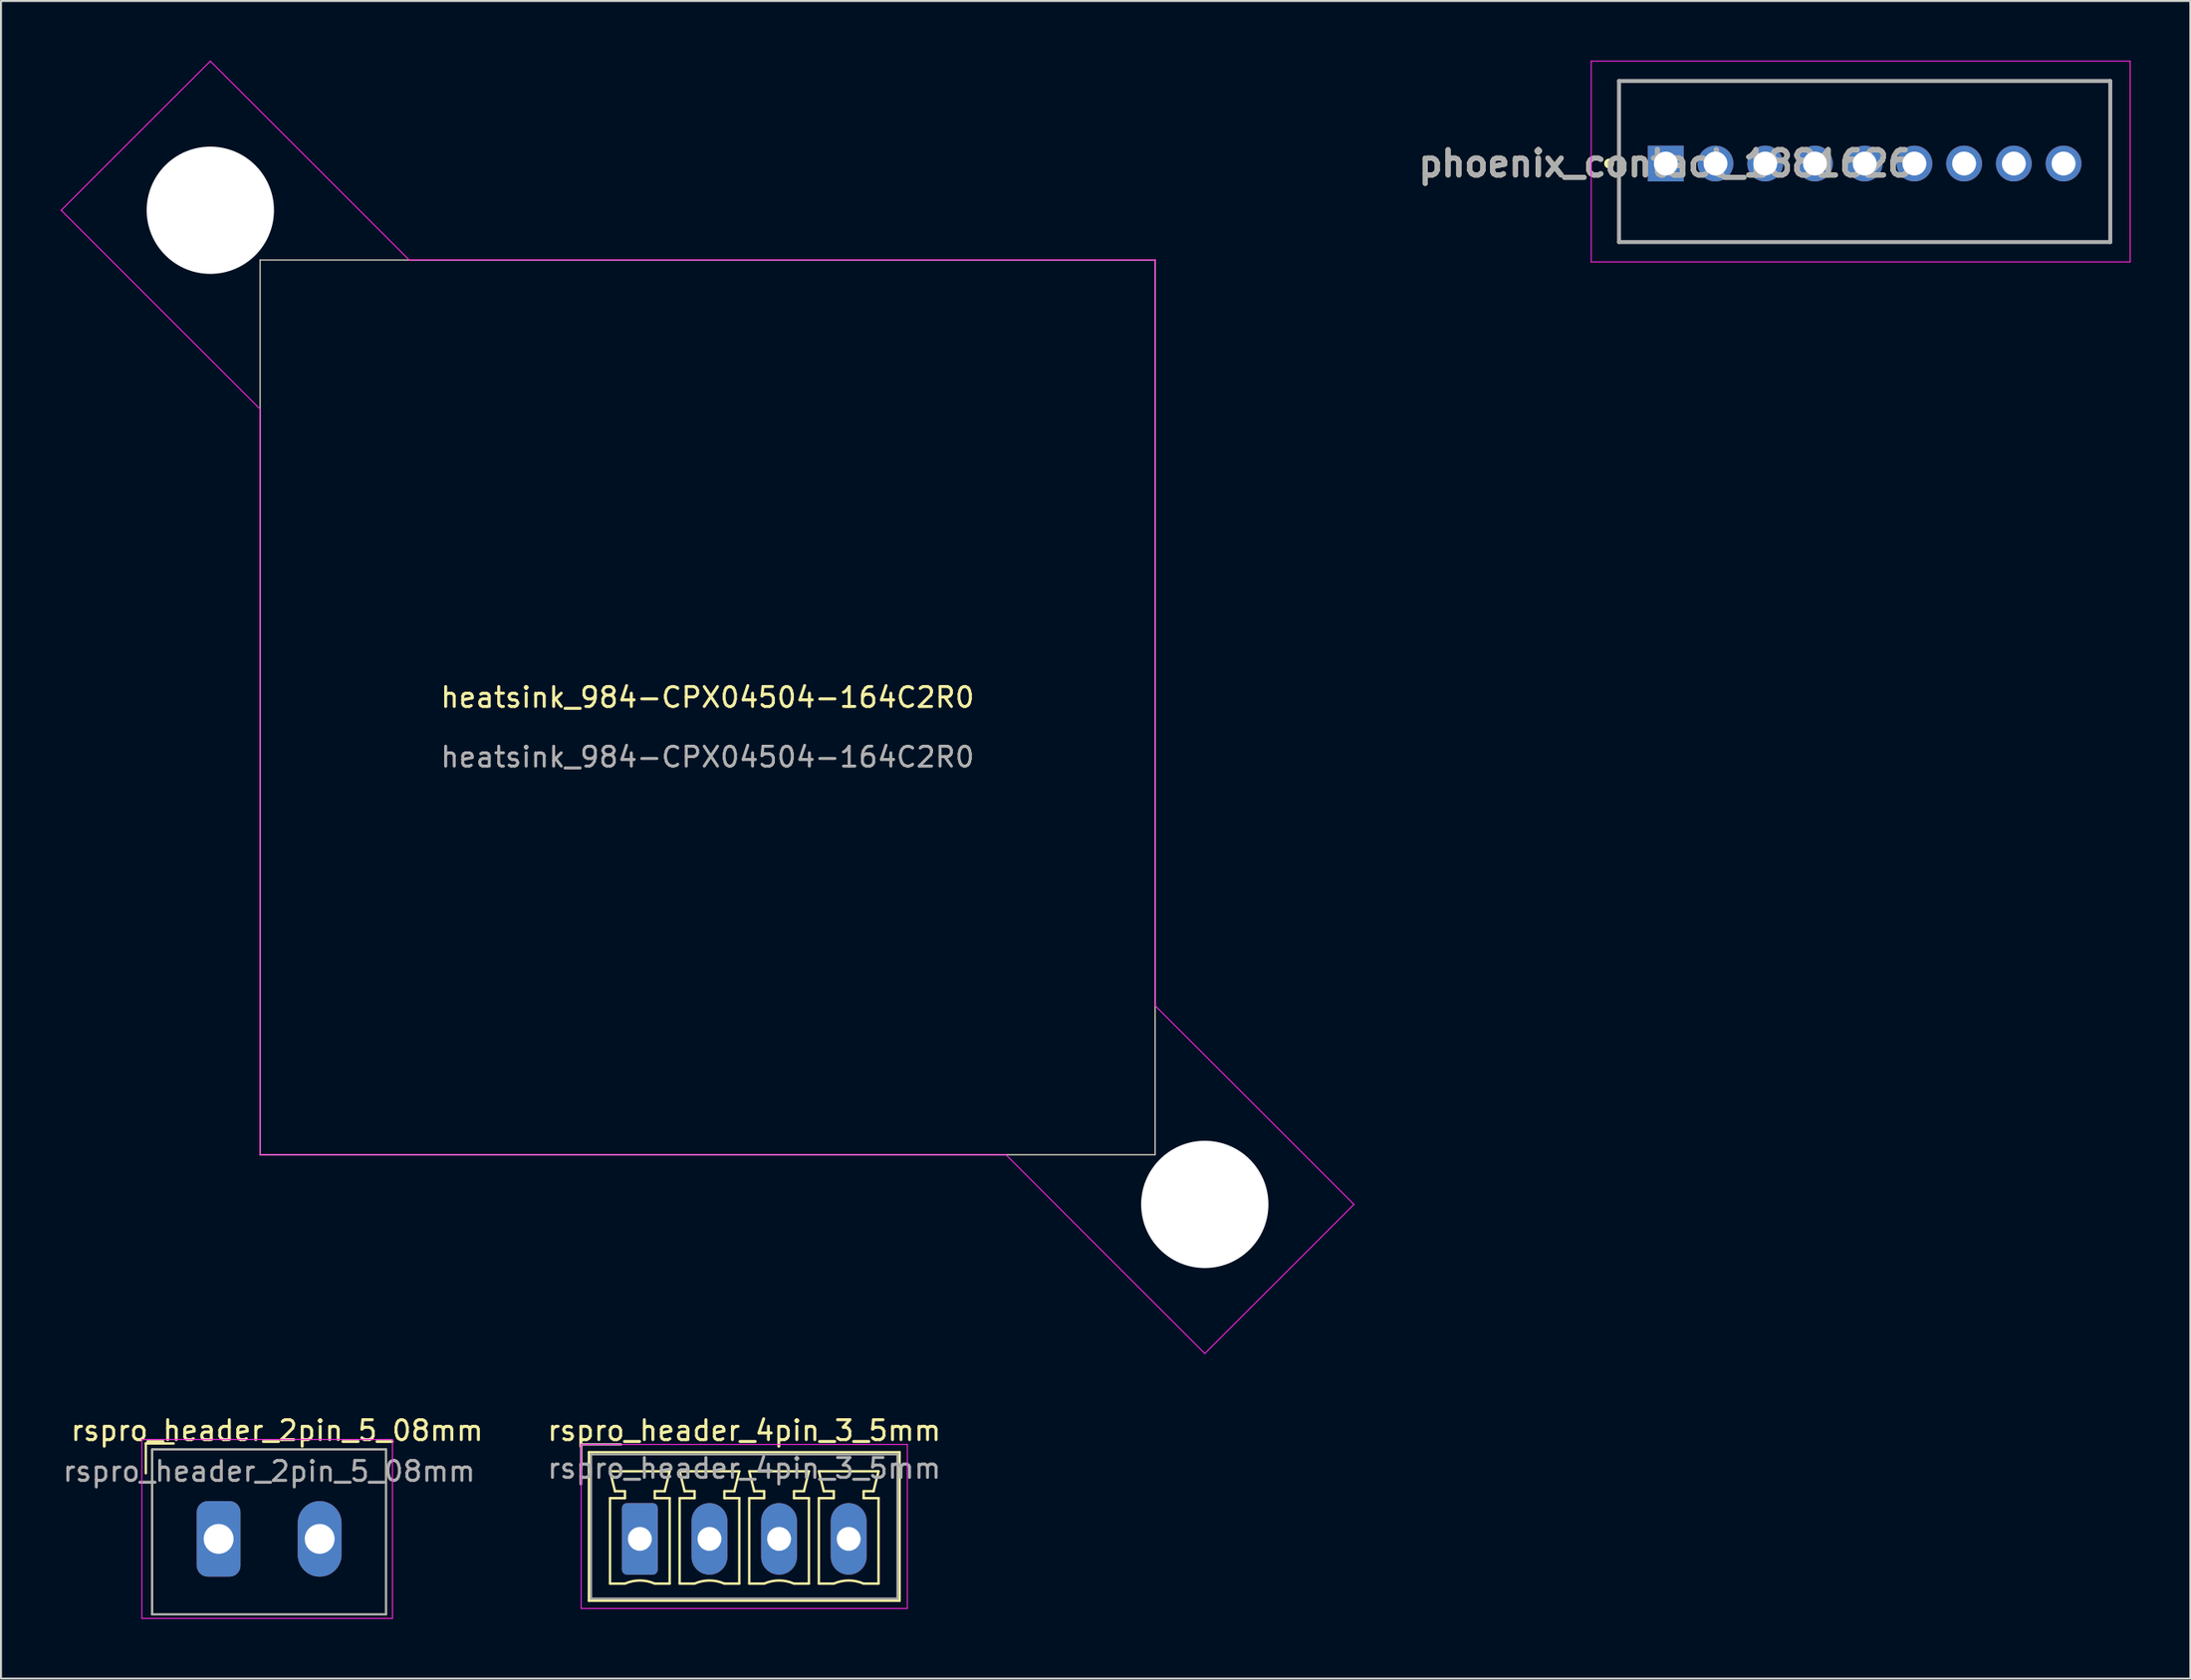
<source format=kicad_pcb>
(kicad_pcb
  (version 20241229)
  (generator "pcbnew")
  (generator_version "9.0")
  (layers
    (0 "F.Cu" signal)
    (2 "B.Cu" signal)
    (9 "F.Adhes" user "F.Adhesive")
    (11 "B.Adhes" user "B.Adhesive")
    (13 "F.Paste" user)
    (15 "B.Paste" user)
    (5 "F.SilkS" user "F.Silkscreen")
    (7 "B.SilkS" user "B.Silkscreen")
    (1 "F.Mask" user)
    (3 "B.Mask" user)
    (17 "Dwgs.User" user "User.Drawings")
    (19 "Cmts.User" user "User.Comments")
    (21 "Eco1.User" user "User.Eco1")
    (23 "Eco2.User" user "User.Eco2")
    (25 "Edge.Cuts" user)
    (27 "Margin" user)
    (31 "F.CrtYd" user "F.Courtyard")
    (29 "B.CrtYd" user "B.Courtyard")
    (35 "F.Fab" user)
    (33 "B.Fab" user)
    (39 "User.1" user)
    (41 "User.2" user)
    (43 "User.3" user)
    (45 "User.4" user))
  (footprint "rspro_header_4pin_3_5mm"
    (layer "F.Cu")
    (at 29.12 74.348)
    (property "Reference" "rspro_header_4pin_3_5mm" (at 5.25 -5.45 0) (layer "F.SilkS") (effects (font (size 1 1) (thickness 0.15))))
    (attr through_hole)
    (fp_line (start -2.95 -4.75) (end -0.95 -4.75) (stroke (width 0.12) (type solid)) (layer "F.SilkS"))
    (fp_line (start -2.95 -3.5) (end -2.95 -4.75) (stroke (width 0.12) (type solid)) (layer "F.SilkS"))
    (fp_line (start -2.56 -4.36) (end -2.56 3.11) (stroke (width 0.12) (type solid)) (layer "F.SilkS"))
    (fp_line (start -2.56 3.11) (end 13.06 3.11) (stroke (width 0.12) (type solid)) (layer "F.SilkS"))
    (fp_line (start -1.5 -3.4) (end 1.5 -3.4) (stroke (width 0.12) (type solid)) (layer "F.SilkS"))
    (fp_line (start -1.5 -2.05) (end -0.75 -2.05) (stroke (width 0.12) (type solid)) (layer "F.SilkS"))
    (fp_line (start -1.5 2.25) (end -1.5 -2.05) (stroke (width 0.12) (type solid)) (layer "F.SilkS"))
    (fp_line (start -1.25 -2.4) (end -1.5 -3.4) (stroke (width 0.12) (type solid)) (layer "F.SilkS"))
    (fp_line (start -0.75 -2.4) (end -1.25 -2.4) (stroke (width 0.12) (type solid)) (layer "F.SilkS"))
    (fp_line (start -0.75 -2.05) (end -0.75 -2.4) (stroke (width 0.12) (type solid)) (layer "F.SilkS"))
    (fp_line (start -0.75 2.25) (end -1.5 2.25) (stroke (width 0.12) (type solid)) (layer "F.SilkS"))
    (fp_line (start 0.75 -2.4) (end 0.75 -2.05) (stroke (width 0.12) (type solid)) (layer "F.SilkS"))
    (fp_line (start 0.75 -2.05) (end 1.5 -2.05) (stroke (width 0.12) (type solid)) (layer "F.SilkS"))
    (fp_line (start 1.25 -2.4) (end 0.75 -2.4) (stroke (width 0.12) (type solid)) (layer "F.SilkS"))
    (fp_line (start 1.5 -3.4) (end 1.25 -2.4) (stroke (width 0.12) (type solid)) (layer "F.SilkS"))
    (fp_line (start 1.5 -2.05) (end 1.5 2.25) (stroke (width 0.12) (type solid)) (layer "F.SilkS"))
    (fp_line (start 1.5 2.25) (end 0.75 2.25) (stroke (width 0.12) (type solid)) (layer "F.SilkS"))
    (fp_line (start 2 -3.4) (end 5 -3.4) (stroke (width 0.12) (type solid)) (layer "F.SilkS"))
    (fp_line (start 2 -2.05) (end 2.75 -2.05) (stroke (width 0.12) (type solid)) (layer "F.SilkS"))
    (fp_line (start 2 2.25) (end 2 -2.05) (stroke (width 0.12) (type solid)) (layer "F.SilkS"))
    (fp_line (start 2.25 -2.4) (end 2 -3.4) (stroke (width 0.12) (type solid)) (layer "F.SilkS"))
    (fp_line (start 2.75 -2.4) (end 2.25 -2.4) (stroke (width 0.12) (type solid)) (layer "F.SilkS"))
    (fp_line (start 2.75 -2.05) (end 2.75 -2.4) (stroke (width 0.12) (type solid)) (layer "F.SilkS"))
    (fp_line (start 2.75 2.25) (end 2 2.25) (stroke (width 0.12) (type solid)) (layer "F.SilkS"))
    (fp_line (start 4.25 -2.4) (end 4.25 -2.05) (stroke (width 0.12) (type solid)) (layer "F.SilkS"))
    (fp_line (start 4.25 -2.05) (end 5 -2.05) (stroke (width 0.12) (type solid)) (layer "F.SilkS"))
    (fp_line (start 4.75 -2.4) (end 4.25 -2.4) (stroke (width 0.12) (type solid)) (layer "F.SilkS"))
    (fp_line (start 5 -3.4) (end 4.75 -2.4) (stroke (width 0.12) (type solid)) (layer "F.SilkS"))
    (fp_line (start 5 -2.05) (end 5 2.25) (stroke (width 0.12) (type solid)) (layer "F.SilkS"))
    (fp_line (start 5 2.25) (end 4.25 2.25) (stroke (width 0.12) (type solid)) (layer "F.SilkS"))
    (fp_line (start 5.5 -3.4) (end 8.5 -3.4) (stroke (width 0.12) (type solid)) (layer "F.SilkS"))
    (fp_line (start 5.5 -2.05) (end 6.25 -2.05) (stroke (width 0.12) (type solid)) (layer "F.SilkS"))
    (fp_line (start 5.5 2.25) (end 5.5 -2.05) (stroke (width 0.12) (type solid)) (layer "F.SilkS"))
    (fp_line (start 5.75 -2.4) (end 5.5 -3.4) (stroke (width 0.12) (type solid)) (layer "F.SilkS"))
    (fp_line (start 6.25 -2.4) (end 5.75 -2.4) (stroke (width 0.12) (type solid)) (layer "F.SilkS"))
    (fp_line (start 6.25 -2.05) (end 6.25 -2.4) (stroke (width 0.12) (type solid)) (layer "F.SilkS"))
    (fp_line (start 6.25 2.25) (end 5.5 2.25) (stroke (width 0.12) (type solid)) (layer "F.SilkS"))
    (fp_line (start 7.75 -2.4) (end 7.75 -2.05) (stroke (width 0.12) (type solid)) (layer "F.SilkS"))
    (fp_line (start 7.75 -2.05) (end 8.5 -2.05) (stroke (width 0.12) (type solid)) (layer "F.SilkS"))
    (fp_line (start 8.25 -2.4) (end 7.75 -2.4) (stroke (width 0.12) (type solid)) (layer "F.SilkS"))
    (fp_line (start 8.5 -3.4) (end 8.25 -2.4) (stroke (width 0.12) (type solid)) (layer "F.SilkS"))
    (fp_line (start 8.5 -2.05) (end 8.5 2.25) (stroke (width 0.12) (type solid)) (layer "F.SilkS"))
    (fp_line (start 8.5 2.25) (end 7.75 2.25) (stroke (width 0.12) (type solid)) (layer "F.SilkS"))
    (fp_line (start 9 -3.4) (end 12 -3.4) (stroke (width 0.12) (type solid)) (layer "F.SilkS"))
    (fp_line (start 9 -2.05) (end 9.75 -2.05) (stroke (width 0.12) (type solid)) (layer "F.SilkS"))
    (fp_line (start 9 2.25) (end 9 -2.05) (stroke (width 0.12) (type solid)) (layer "F.SilkS"))
    (fp_line (start 9.25 -2.4) (end 9 -3.4) (stroke (width 0.12) (type solid)) (layer "F.SilkS"))
    (fp_line (start 9.75 -2.4) (end 9.25 -2.4) (stroke (width 0.12) (type solid)) (layer "F.SilkS"))
    (fp_line (start 9.75 -2.05) (end 9.75 -2.4) (stroke (width 0.12) (type solid)) (layer "F.SilkS"))
    (fp_line (start 9.75 2.25) (end 9 2.25) (stroke (width 0.12) (type solid)) (layer "F.SilkS"))
    (fp_line (start 11.25 -2.4) (end 11.25 -2.05) (stroke (width 0.12) (type solid)) (layer "F.SilkS"))
    (fp_line (start 11.25 -2.05) (end 12 -2.05) (stroke (width 0.12) (type solid)) (layer "F.SilkS"))
    (fp_line (start 11.75 -2.4) (end 11.25 -2.4) (stroke (width 0.12) (type solid)) (layer "F.SilkS"))
    (fp_line (start 12 -3.4) (end 11.75 -2.4) (stroke (width 0.12) (type solid)) (layer "F.SilkS"))
    (fp_line (start 12 -2.05) (end 12 2.25) (stroke (width 0.12) (type solid)) (layer "F.SilkS"))
    (fp_line (start 12 2.25) (end 11.25 2.25) (stroke (width 0.12) (type solid)) (layer "F.SilkS"))
    (fp_line (start 13.06 -4.36) (end -2.56 -4.36) (stroke (width 0.12) (type solid)) (layer "F.SilkS"))
    (fp_line (start 13.06 3.11) (end 13.06 -4.36) (stroke (width 0.12) (type solid)) (layer "F.SilkS"))
    (fp_arc (start -0.75 2.25) (mid -0.000193 2.09191) (end 0.749647 2.249844) (stroke (width 0.12) (type solid)) (layer "F.SilkS"))
    (fp_arc (start 2.75 2.25) (mid 3.499807 2.09191) (end 4.249647 2.249844) (stroke (width 0.12) (type solid)) (layer "F.SilkS"))
    (fp_arc (start 6.25 2.25) (mid 6.999807 2.09191) (end 7.749647 2.249844) (stroke (width 0.12) (type solid)) (layer "F.SilkS"))
    (fp_arc (start 9.75 2.25) (mid 10.499807 2.09191) (end 11.249647 2.249844) (stroke (width 0.12) (type solid)) (layer "F.SilkS"))
    (fp_line (start -2.95 -4.75) (end -2.95 3.5) (stroke (width 0.05) (type solid)) (layer "F.CrtYd"))
    (fp_line (start -2.95 3.5) (end 13.45 3.5) (stroke (width 0.05) (type solid)) (layer "F.CrtYd"))
    (fp_line (start 13.45 -4.75) (end -2.95 -4.75) (stroke (width 0.05) (type solid)) (layer "F.CrtYd"))
    (fp_line (start 13.45 3.5) (end 13.45 -4.75) (stroke (width 0.05) (type solid)) (layer "F.CrtYd"))
    (fp_line (start -2.95 -4.75) (end -0.95 -4.75) (stroke (width 0.1) (type solid)) (layer "F.Fab"))
    (fp_line (start -2.95 -3.5) (end -2.95 -4.75) (stroke (width 0.1) (type solid)) (layer "F.Fab"))
    (fp_line (start -2.45 -4.25) (end -2.45 3) (stroke (width 0.1) (type solid)) (layer "F.Fab"))
    (fp_line (start -2.45 3) (end 12.95 3) (stroke (width 0.1) (type solid)) (layer "F.Fab"))
    (fp_line (start 12.95 -4.25) (end -2.45 -4.25) (stroke (width 0.1) (type solid)) (layer "F.Fab"))
    (fp_line (start 12.95 3) (end 12.95 -4.25) (stroke (width 0.1) (type solid)) (layer "F.Fab"))
    (fp_text user "${REFERENCE}" (at 5.25 -3.55 0) (layer "F.Fab") (effects (font (size 1 1) (thickness 0.15))))
    (pad "1" thru_hole roundrect (at 0 0) (size 1.8 3.6) (drill 1.2) (layers "*.Cu" "*.Mask") (roundrect_rratio 0.139))
    (pad "2" thru_hole oval (at 3.5 0) (size 1.8 3.6) (drill 1.2) (layers "*.Cu" "*.Mask"))
    (pad "3" thru_hole oval (at 7 0) (size 1.8 3.6) (drill 1.2) (layers "*.Cu" "*.Mask"))
    (pad "4" thru_hole oval (at 10.5 0) (size 1.8 3.6) (drill 1.2) (layers "*.Cu" "*.Mask")))
  (footprint "phoenix_contact_1881626"
    (layer "F.Cu")
    (at 80.702 5.175)
    (property "Reference" "phoenix_contact_1881626" (at 0 0 0) (layer "F.SilkS") (effects (font (size 1.27 1.27) (thickness 0.254))))
    (attr through_hole)
    (fp_line (start -2.35 -4.15) (end 22.35 -4.15) (stroke (width 0.1) (type solid)) (layer "F.SilkS"))
    (fp_line (start -2.35 3.95) (end -2.35 -4.15) (stroke (width 0.1) (type solid)) (layer "F.SilkS"))
    (fp_line (start 22.35 -4.15) (end 22.35 3.95) (stroke (width 0.1) (type solid)) (layer "F.SilkS"))
    (fp_line (start 22.35 3.95) (end -2.35 3.95) (stroke (width 0.1) (type solid)) (layer "F.SilkS"))
    (fp_circle (center -2.85 0) (end -2.85 0.05) (stroke (width 0.2) (type solid)) (fill no) (layer "F.SilkS"))
    (fp_line (start -3.75 -5.15) (end 23.35 -5.15) (stroke (width 0.05) (type solid)) (layer "F.CrtYd"))
    (fp_line (start -3.75 4.95) (end -3.75 -5.15) (stroke (width 0.05) (type solid)) (layer "F.CrtYd"))
    (fp_line (start 23.35 -5.15) (end 23.35 4.95) (stroke (width 0.05) (type solid)) (layer "F.CrtYd"))
    (fp_line (start 23.35 4.95) (end -3.75 4.95) (stroke (width 0.05) (type solid)) (layer "F.CrtYd"))
    (fp_line (start -2.35 -4.15) (end 22.35 -4.15) (stroke (width 0.2) (type solid)) (layer "F.Fab"))
    (fp_line (start -2.35 3.95) (end -2.35 -4.15) (stroke (width 0.2) (type solid)) (layer "F.Fab"))
    (fp_line (start 22.35 -4.15) (end 22.35 3.95) (stroke (width 0.2) (type solid)) (layer "F.Fab"))
    (fp_line (start 22.35 3.95) (end -2.35 3.95) (stroke (width 0.2) (type solid)) (layer "F.Fab"))
    (fp_text user "${REFERENCE}" (at 0 0 0) (layer "F.Fab") (effects (font (size 1.27 1.27) (thickness 0.254))))
    (pad "1" thru_hole rect (at 0 0) (size 1.8 1.8) (drill 1.2) (layers "*.Cu" "*.Mask"))
    (pad "2" thru_hole circle (at 2.5 0) (size 1.8 1.8) (drill 1.2) (layers "*.Cu" "*.Mask"))
    (pad "3" thru_hole circle (at 5 0) (size 1.8 1.8) (drill 1.2) (layers "*.Cu" "*.Mask"))
    (pad "4" thru_hole circle (at 7.5 0) (size 1.8 1.8) (drill 1.2) (layers "*.Cu" "*.Mask"))
    (pad "5" thru_hole circle (at 10 0) (size 1.8 1.8) (drill 1.2) (layers "*.Cu" "*.Mask"))
    (pad "6" thru_hole circle (at 12.5 0) (size 1.8 1.8) (drill 1.2) (layers "*.Cu" "*.Mask"))
    (pad "7" thru_hole circle (at 15 0) (size 1.8 1.8) (drill 1.2) (layers "*.Cu" "*.Mask"))
    (pad "8" thru_hole circle (at 17.5 0) (size 1.8 1.8) (drill 1.2) (layers "*.Cu" "*.Mask"))
    (pad "9" thru_hole circle (at 20 0) (size 1.8 1.8) (drill 1.2) (layers "*.Cu" "*.Mask")))
  (footprint "rspro_header_2pin_5_08mm"
    (layer "F.Cu")
    (at 10.482 74.348)
    (property "Reference" "rspro_header_2pin_5_08mm" (at 0.4 -5.45 0) (layer "F.SilkS") (effects (font (size 1 1) (thickness 0.15))))
    (attr through_hole)
    (fp_line (start -6.2 -4.8) (end -6.2 -3.3) (stroke (width 0.12) (type default)) (layer "F.SilkS"))
    (fp_line (start -6.2 -4.8) (end -4.8 -4.8) (stroke (width 0.12) (type default)) (layer "F.SilkS"))
    (fp_line (start -5.88 -4.5) (end -5.88 3.8) (stroke (width 0.1) (type default)) (layer "F.SilkS"))
    (fp_line (start 5.88 -4.5) (end -5.88 -4.5) (stroke (width 0.1) (type solid)) (layer "F.SilkS"))
    (fp_line (start 5.88 -4.5) (end 5.88 3.8) (stroke (width 0.1) (type default)) (layer "F.SilkS"))
    (fp_line (start 5.88 3.8) (end -5.88 3.8) (stroke (width 0.1) (type solid)) (layer "F.SilkS"))
    (fp_line (start -6.4 -5) (end -6.4 4) (stroke (width 0.05) (type default)) (layer "F.CrtYd"))
    (fp_line (start -6.4 4) (end 6.2 4) (stroke (width 0.05) (type default)) (layer "F.CrtYd"))
    (fp_line (start 6.2 -5) (end -6.4 -5) (stroke (width 0.05) (type default)) (layer "F.CrtYd"))
    (fp_line (start 6.2 4) (end 6.2 -5) (stroke (width 0.05) (type default)) (layer "F.CrtYd"))
    (fp_line (start -5.88 -4.5) (end -5.88 3.8) (stroke (width 0.1) (type default)) (layer "F.Fab"))
    (fp_line (start 5.88 -4.5) (end -5.88 -4.5) (stroke (width 0.1) (type solid)) (layer "F.Fab"))
    (fp_line (start 5.88 -4.5) (end 5.88 3.8) (stroke (width 0.1) (type default)) (layer "F.Fab"))
    (fp_line (start 5.88 3.8) (end -5.88 3.8) (stroke (width 0.1) (type solid)) (layer "F.Fab"))
    (fp_text user "${REFERENCE}" (at 0 -3.4 0) (layer "F.Fab") (effects (font (size 1 1) (thickness 0.15))))
    (pad "1" thru_hole roundrect (at -2.54 0) (size 2.2 3.8) (drill 1.5) (layers "*.Cu" "*.Mask") (roundrect_rratio 0.25))
    (pad "2" thru_hole oval (at 2.54 0) (size 2.2 3.8) (drill 1.5) (layers "*.Cu" "*.Mask")))
  (footprint "heatsink_984-CPX04504-164C2R0"
    (layer "F.Cu")
    (at 32.525 32.525)
    (property "Reference" "heatsink_984-CPX04504-164C2R0" (at 0 -0.5 0) (unlocked yes) (layer "F.SilkS") (effects (font (size 1 1) (thickness 0.15))))
    (attr through_hole)
    (fp_line (start -22.5 -22.5) (end 22.5 -22.5) (stroke (width 0.05) (type default)) (layer "F.SilkS"))
    (fp_line (start -22.5 22.5) (end -22.5 -22.5) (stroke (width 0.05) (type default)) (layer "F.SilkS"))
    (fp_line (start -22.5 22.5) (end 22.5 22.5) (stroke (width 0.05) (type default)) (layer "F.SilkS"))
    (fp_line (start 22.5 22.5) (end 22.5 -22.5) (stroke (width 0.05) (type default)) (layer "F.SilkS"))
    (fp_line (start -25 -32.5) (end -32.5 -25) (stroke (width 0.05) (type default)) (layer "F.CrtYd"))
    (fp_line (start -22.5 -15) (end -32.5 -25) (stroke (width 0.05) (type default)) (layer "F.CrtYd"))
    (fp_line (start -22.5 -15) (end -22.5 22.5) (stroke (width 0.05) (type default)) (layer "F.CrtYd"))
    (fp_line (start -15 -22.5) (end -25 -32.5) (stroke (width 0.05) (type default)) (layer "F.CrtYd"))
    (fp_line (start 15 22.5) (end -22.5 22.5) (stroke (width 0.05) (type default)) (layer "F.CrtYd"))
    (fp_line (start 22.5 -22.5) (end -15 -22.5) (stroke (width 0.05) (type default)) (layer "F.CrtYd"))
    (fp_line (start 22.5 -22.5) (end 22.5 15) (stroke (width 0.05) (type default)) (layer "F.CrtYd"))
    (fp_line (start 22.5 15) (end 32.5 25) (stroke (width 0.05) (type default)) (layer "F.CrtYd"))
    (fp_line (start 25 32.5) (end 15 22.5) (stroke (width 0.05) (type default)) (layer "F.CrtYd"))
    (fp_line (start 25 32.5) (end 32.5 25) (stroke (width 0.05) (type default)) (layer "F.CrtYd"))
    (fp_line (start -22.5 -22.5) (end 22.5 -22.5) (stroke (width 0.05) (type default)) (layer "F.Fab"))
    (fp_line (start -22.5 22.5) (end -22.5 -22.5) (stroke (width 0.05) (type default)) (layer "F.Fab"))
    (fp_line (start -22.5 22.5) (end 22.5 22.5) (stroke (width 0.05) (type default)) (layer "F.Fab"))
    (fp_line (start 22.5 22.5) (end 22.5 -22.5) (stroke (width 0.05) (type default)) (layer "F.Fab"))
    (fp_text user "${REFERENCE}" (at 0 2.5 0) (unlocked yes) (layer "F.Fab") (effects (font (size 1 1) (thickness 0.15))))
    (pad "" np_thru_hole circle (at -25 -25) (size 6.4 6.4) (drill 6.4) (layers "*.Cu" "*.Mask"))
    (pad "" np_thru_hole circle (at 25 25) (size 6.4 6.4) (drill 6.4) (layers "*.Cu" "*.Mask")))
  (gr_rect
    (start -3 -3)
    (end 107.077 81.373)
    (stroke (width 0.1) (type default))
    (fill no)
    (layer "Edge.Cuts")))
</source>
